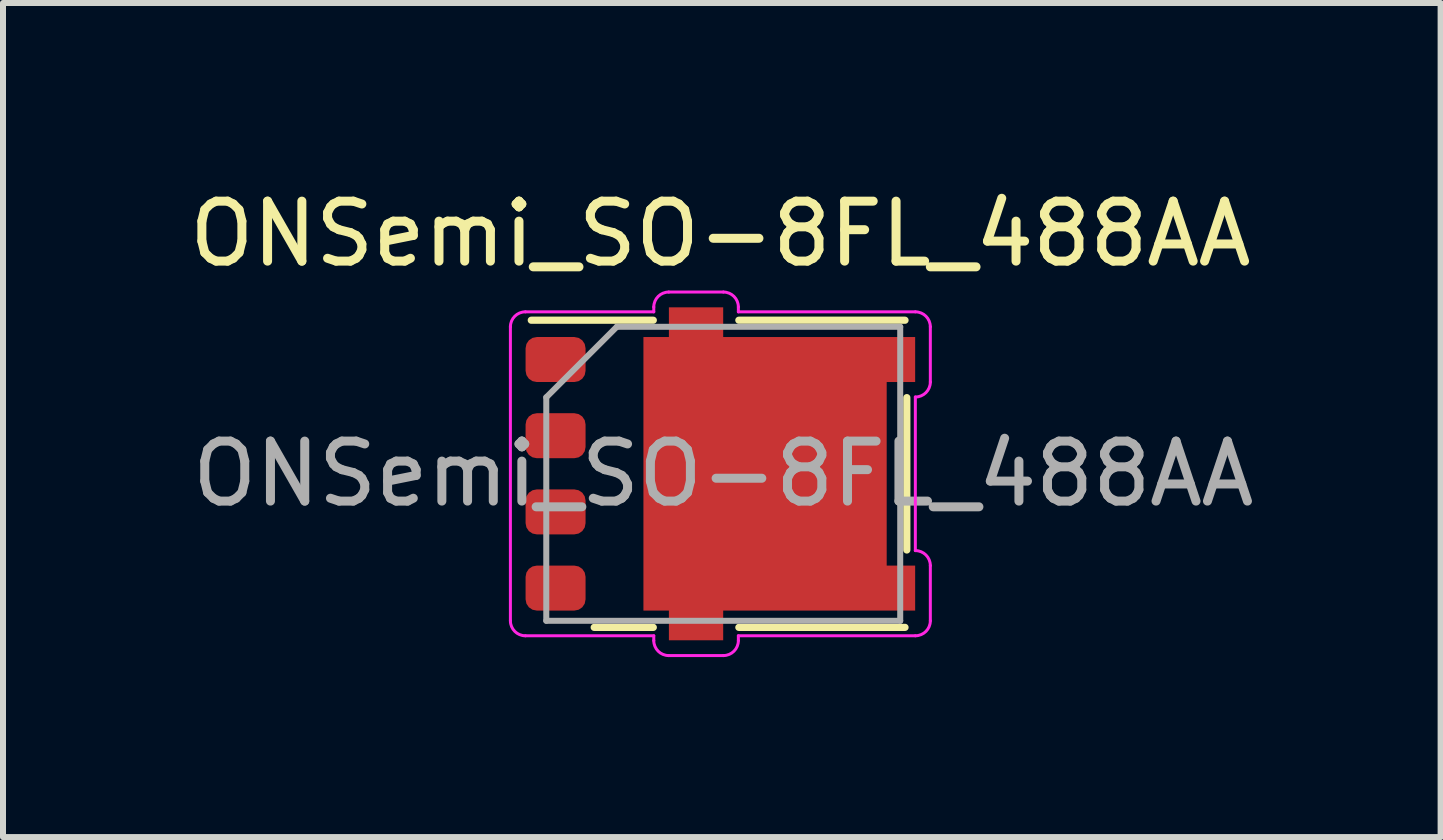
<source format=kicad_pcb>
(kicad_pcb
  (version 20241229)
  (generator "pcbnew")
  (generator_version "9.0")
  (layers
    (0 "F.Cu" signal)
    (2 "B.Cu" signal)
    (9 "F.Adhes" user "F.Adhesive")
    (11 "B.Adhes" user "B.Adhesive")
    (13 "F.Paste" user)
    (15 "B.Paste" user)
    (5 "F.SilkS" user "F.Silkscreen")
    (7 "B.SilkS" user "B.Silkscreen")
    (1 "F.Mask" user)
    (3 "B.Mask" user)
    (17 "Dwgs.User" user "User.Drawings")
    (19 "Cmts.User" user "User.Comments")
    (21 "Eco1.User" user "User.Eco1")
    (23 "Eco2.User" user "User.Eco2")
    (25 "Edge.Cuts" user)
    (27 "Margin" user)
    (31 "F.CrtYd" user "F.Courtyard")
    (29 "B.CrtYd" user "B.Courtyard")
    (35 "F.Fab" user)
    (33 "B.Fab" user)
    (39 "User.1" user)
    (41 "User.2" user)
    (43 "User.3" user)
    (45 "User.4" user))
  (footprint "ONSemi_SO-8FL_488AA"
    (layer "F.Cu")
    (at 8.958 4.848)
    (property "Reference" "ONSemi_SO-8FL_488AA" (at 0 -4 180) (layer "F.SilkS") (effects (font (size 1 1) (thickness 0.15))))
    (attr smd)
    (fp_line (start -1.118 -2.56) (end -3.152 -2.56) (stroke (width 0.12) (type solid)) (layer "F.SilkS"))
    (fp_line (start -1.118 2.56) (end -2.103 2.56) (stroke (width 0.12) (type solid)) (layer "F.SilkS"))
    (fp_line (start 3.078 -2.56) (end 0.308 -2.56) (stroke (width 0.12) (type solid)) (layer "F.SilkS"))
    (fp_line (start 3.078 2.56) (end 0.308 2.56) (stroke (width 0.12) (type solid)) (layer "F.SilkS"))
    (fp_line (start 3.108 -1.27) (end 3.108 1.27) (stroke (width 0.12) (type solid)) (layer "F.SilkS"))
    (fp_line (start -3.5 2.45) (end -3.5 -2.45) (stroke (width 0.05) (type solid)) (layer "F.CrtYd"))
    (fp_line (start -3.25 -2.7) (end -1.11 -2.7) (stroke (width 0.05) (type solid)) (layer "F.CrtYd"))
    (fp_line (start -3.25 2.7) (end -1.11 2.7) (stroke (width 0.05) (type solid)) (layer "F.CrtYd"))
    (fp_line (start -1.11 -2.78) (end -1.11 -2.7) (stroke (width 0.05) (type solid)) (layer "F.CrtYd"))
    (fp_line (start -1.11 2.7) (end -1.11 2.78) (stroke (width 0.05) (type solid)) (layer "F.CrtYd"))
    (fp_line (start -0.86 -3.03) (end 0.05 -3.03) (stroke (width 0.05) (type solid)) (layer "F.CrtYd"))
    (fp_line (start -0.86 3.03) (end 0.05 3.03) (stroke (width 0.05) (type solid)) (layer "F.CrtYd"))
    (fp_line (start 0.3 -2.7) (end 0.3 -2.78) (stroke (width 0.05) (type solid)) (layer "F.CrtYd"))
    (fp_line (start 0.3 -2.7) (end 3.25 -2.7) (stroke (width 0.05) (type solid)) (layer "F.CrtYd"))
    (fp_line (start 0.3 2.7) (end 3.25 2.7) (stroke (width 0.05) (type solid)) (layer "F.CrtYd"))
    (fp_line (start 0.3 2.78) (end 0.3 2.7) (stroke (width 0.05) (type solid)) (layer "F.CrtYd"))
    (fp_line (start 3.25 1.28) (end 3.25 -1.28) (stroke (width 0.05) (type solid)) (layer "F.CrtYd"))
    (fp_line (start 3.5 -1.53) (end 3.5 -2.45) (stroke (width 0.05) (type solid)) (layer "F.CrtYd"))
    (fp_line (start 3.5 2.45) (end 3.5 1.53) (stroke (width 0.05) (type solid)) (layer "F.CrtYd"))
    (fp_arc (start -3.5 -2.45) (mid -3.426777 -2.626777) (end -3.25 -2.7) (stroke (width 0.05) (type solid)) (layer "F.CrtYd"))
    (fp_arc (start -3.25 2.7) (mid -3.426777 2.626777) (end -3.5 2.45) (stroke (width 0.05) (type solid)) (layer "F.CrtYd"))
    (fp_arc (start -1.11 -2.78) (mid -1.036777 -2.956777) (end -0.86 -3.03) (stroke (width 0.05) (type solid)) (layer "F.CrtYd"))
    (fp_arc (start -0.86 3.03) (mid -1.036777 2.956777) (end -1.11 2.78) (stroke (width 0.05) (type solid)) (layer "F.CrtYd"))
    (fp_arc (start 0.05 -3.03) (mid 0.226777 -2.956777) (end 0.3 -2.78) (stroke (width 0.05) (type solid)) (layer "F.CrtYd"))
    (fp_arc (start 0.3 2.78) (mid 0.226777 2.956777) (end 0.05 3.03) (stroke (width 0.05) (type solid)) (layer "F.CrtYd"))
    (fp_arc (start 3.25 -2.7) (mid 3.426777 -2.626777) (end 3.5 -2.45) (stroke (width 0.05) (type solid)) (layer "F.CrtYd"))
    (fp_arc (start 3.25 1.28) (mid 3.426777 1.353223) (end 3.5 1.53) (stroke (width 0.05) (type solid)) (layer "F.CrtYd"))
    (fp_arc (start 3.5 -1.53) (mid 3.426777 -1.353223) (end 3.25 -1.28) (stroke (width 0.05) (type solid)) (layer "F.CrtYd"))
    (fp_arc (start 3.5 2.45) (mid 3.426777 2.626777) (end 3.25 2.7) (stroke (width 0.05) (type solid)) (layer "F.CrtYd"))
    (fp_line (start -2.902 -1.275) (end -2.902 2.45) (stroke (width 0.1) (type solid)) (layer "F.Fab"))
    (fp_line (start -1.727 -2.45) (end -2.902 -1.275) (stroke (width 0.1) (type solid)) (layer "F.Fab"))
    (fp_line (start 2.998 -2.45) (end -1.727 -2.45) (stroke (width 0.1) (type solid)) (layer "F.Fab"))
    (fp_line (start 2.998 -2.45) (end 2.998 2.45) (stroke (width 0.1) (type solid)) (layer "F.Fab"))
    (fp_line (start 2.998 2.45) (end -2.902 2.45) (stroke (width 0.1) (type solid)) (layer "F.Fab"))
    (fp_text user "${REFERENCE}" (at 0.048 0 180) (layer "F.Fab") (effects (font (size 1 1) (thickness 0.15))))
    (pad "1" smd roundrect (at -2.747 -1.905) (size 1 0.75) (layers "F.Cu" "F.Mask" "F.Paste") (roundrect_rratio 0.25))
    (pad "2" smd roundrect (at -2.747 -0.635) (size 1 0.75) (layers "F.Cu" "F.Mask" "F.Paste") (roundrect_rratio 0.25))
    (pad "3" smd roundrect (at -2.747 0.635) (size 1 0.75) (layers "F.Cu" "F.Mask" "F.Paste") (roundrect_rratio 0.25))
    (pad "4" smd roundrect (at -2.747 1.905) (size 1 0.75) (layers "F.Cu" "F.Mask" "F.Paste") (roundrect_rratio 0.25))
    (pad "5" smd custom (at 0.745 0) (size 4.055 4.56) (layers "F.Cu" "F.Mask" "F.Paste") (options (anchor rect)) (primitives (gr_poly (pts (xy -0.698 -2.28) (xy 2.502 -2.28) (xy 2.502 -1.53) (xy 1.905 -1.53) (xy 1.905 1.53) (xy 2.502 1.53) (xy 2.502 2.28) (xy -0.698 2.28) (xy -0.698 2.775) (xy -1.603 2.775) (xy -1.603 -2.775) (xy -0.698 -2.775)) (width 0) (fill yes)))))
  (gr_rect
    (start -3 -3)
    (end 20.964 10.903)
    (stroke (width 0.1) (type default))
    (fill no)
    (layer "Edge.Cuts")))
</source>
